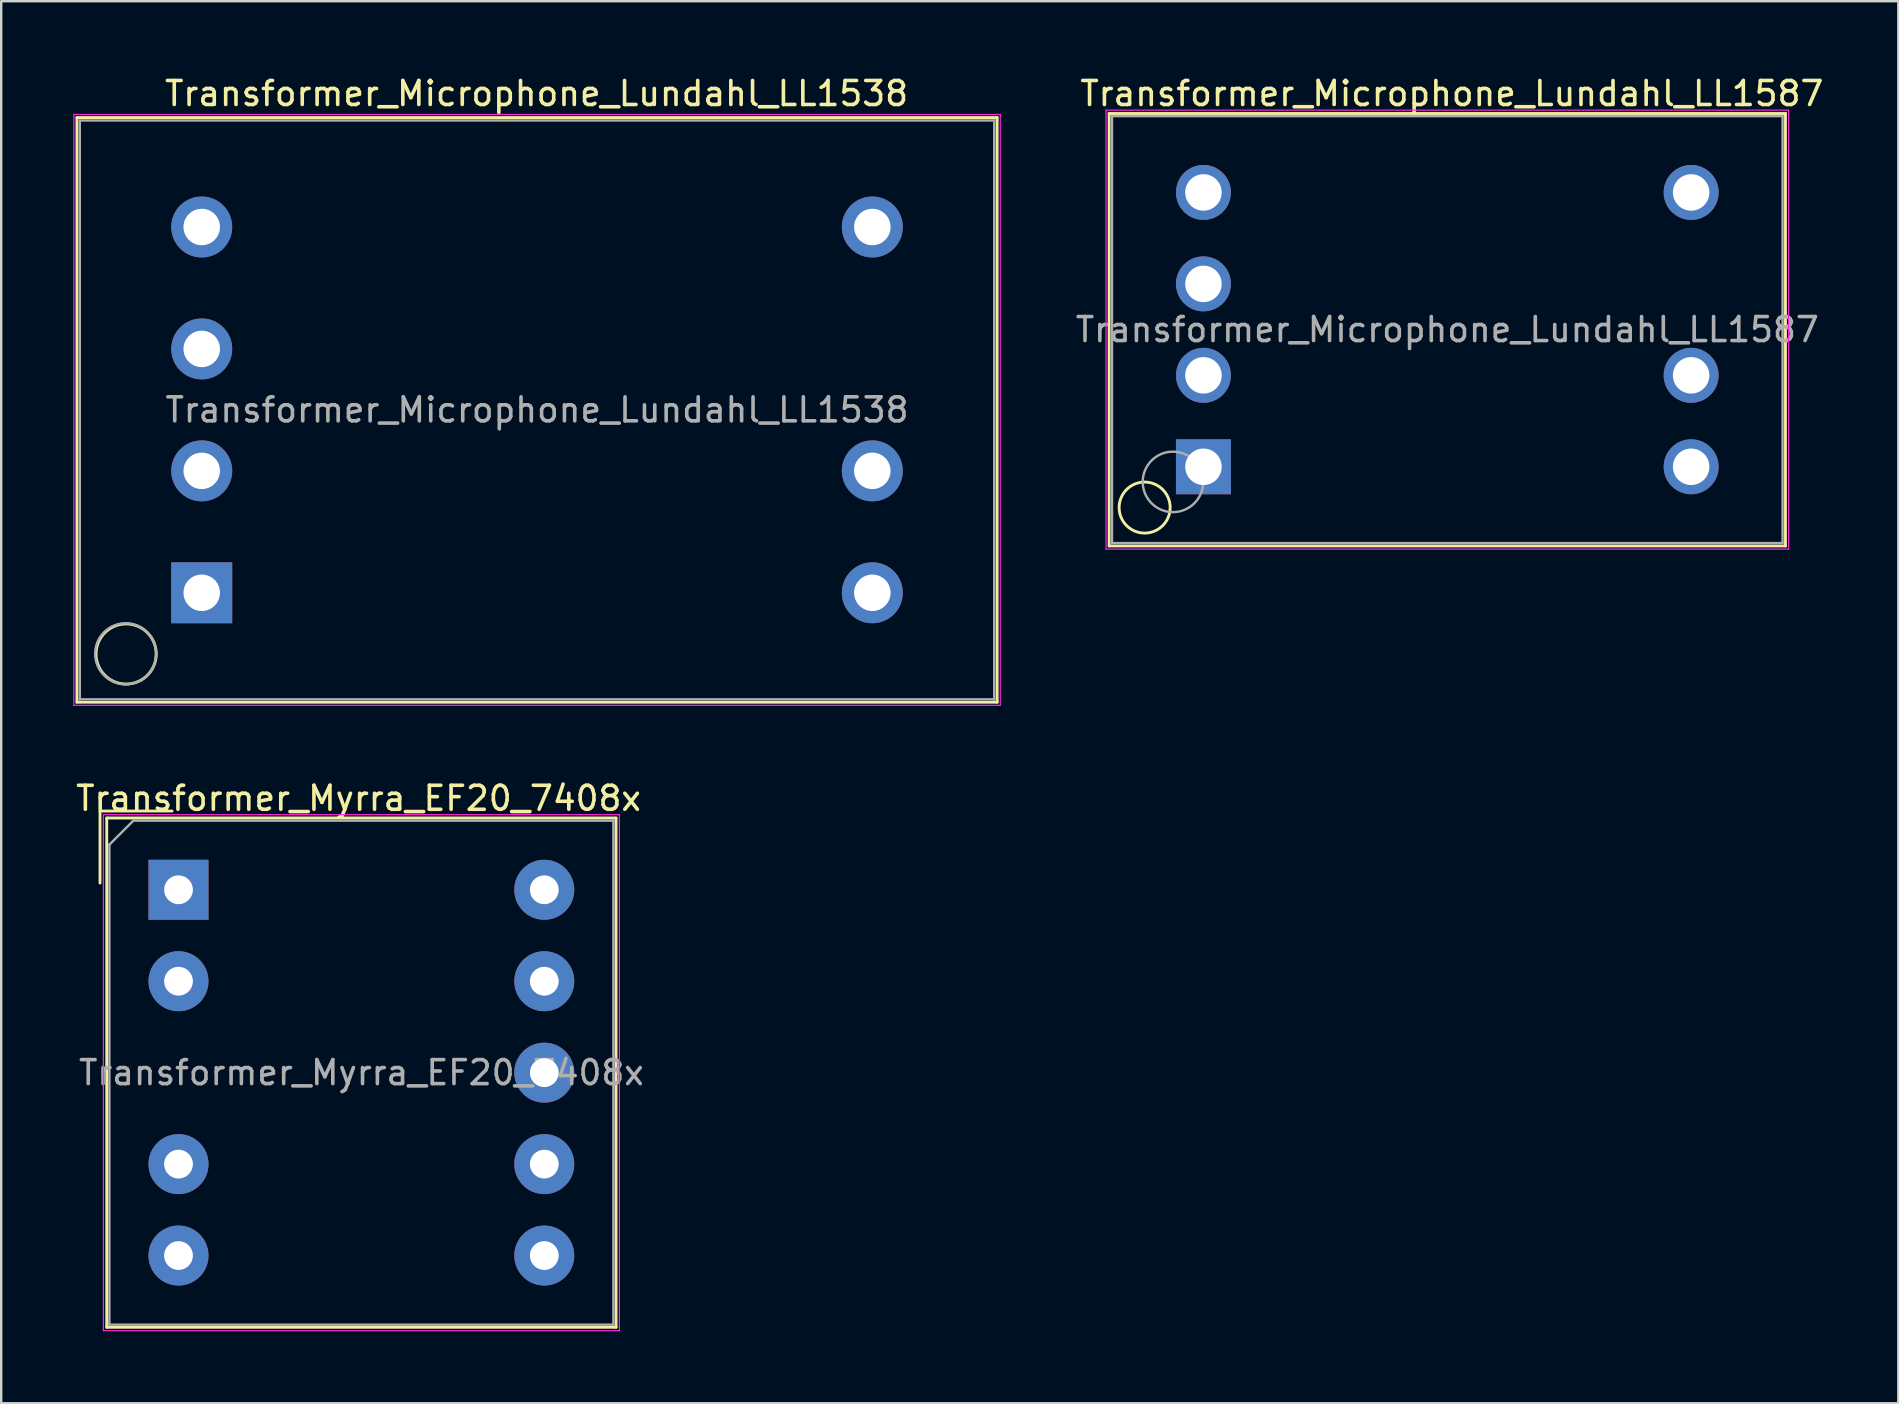
<source format=kicad_pcb>
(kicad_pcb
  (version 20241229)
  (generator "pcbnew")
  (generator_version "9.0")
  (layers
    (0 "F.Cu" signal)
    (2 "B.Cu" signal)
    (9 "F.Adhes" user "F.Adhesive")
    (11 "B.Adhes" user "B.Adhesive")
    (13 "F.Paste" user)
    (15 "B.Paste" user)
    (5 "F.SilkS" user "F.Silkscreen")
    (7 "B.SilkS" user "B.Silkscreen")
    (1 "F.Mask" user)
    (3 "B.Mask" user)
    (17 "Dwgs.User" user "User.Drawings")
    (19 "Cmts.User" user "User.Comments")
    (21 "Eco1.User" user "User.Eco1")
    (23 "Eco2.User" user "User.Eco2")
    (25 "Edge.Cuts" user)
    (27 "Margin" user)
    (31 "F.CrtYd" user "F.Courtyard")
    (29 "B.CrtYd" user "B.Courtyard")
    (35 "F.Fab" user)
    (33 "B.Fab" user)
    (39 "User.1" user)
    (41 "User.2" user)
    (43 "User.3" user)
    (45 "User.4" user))
  (footprint "Transformer_Microphone_Lundahl_LL1587"
    (layer "F.Cu")
    (at 47.091 16.398)
    (property "Reference" "Transformer_Microphone_Lundahl_LL1587" (at 10.35 -15.55 0) (layer "F.SilkS") (effects (font (size 1 1) (thickness 0.15))))
    (attr through_hole)
    (fp_line (start -3.93 -14.72) (end -3.93 3.3) (stroke (width 0.12) (type solid)) (layer "F.SilkS"))
    (fp_line (start -3.93 -14.72) (end 24.25 -14.72) (stroke (width 0.12) (type solid)) (layer "F.SilkS"))
    (fp_line (start 24.25 3.3) (end -3.93 3.3) (stroke (width 0.12) (type solid)) (layer "F.SilkS"))
    (fp_line (start 24.25 3.3) (end 24.25 -14.72) (stroke (width 0.12) (type solid)) (layer "F.SilkS"))
    (fp_circle (center -2.45 1.7) (end -1.75 2.5) (stroke (width 0.12) (type solid)) (fill no) (layer "F.SilkS"))
    (fp_line (start -4.06 -14.86) (end -4.06 3.43) (stroke (width 0.05) (type solid)) (layer "F.CrtYd"))
    (fp_line (start -4.06 -14.86) (end 24.38 -14.86) (stroke (width 0.05) (type solid)) (layer "F.CrtYd"))
    (fp_line (start 24.38 3.43) (end -4.06 3.43) (stroke (width 0.05) (type solid)) (layer "F.CrtYd"))
    (fp_line (start 24.38 3.43) (end 24.38 -14.86) (stroke (width 0.05) (type solid)) (layer "F.CrtYd"))
    (fp_line (start -3.81 -14.61) (end -3.81 3.18) (stroke (width 0.1) (type solid)) (layer "F.Fab"))
    (fp_line (start -3.81 3.18) (end 24.13 3.18) (stroke (width 0.1) (type solid)) (layer "F.Fab"))
    (fp_line (start 24.13 -14.61) (end -3.81 -14.61) (stroke (width 0.1) (type solid)) (layer "F.Fab"))
    (fp_line (start 24.13 -5.71) (end 24.13 -14.61) (stroke (width 0.1) (type solid)) (layer "F.Fab"))
    (fp_line (start 24.13 3.18) (end 24.13 -5.71) (stroke (width 0.1) (type solid)) (layer "F.Fab"))
    (fp_circle (center -1.27 0.63) (end -1.27 -0.63) (stroke (width 0.1) (type solid)) (fill no) (layer "F.Fab"))
    (fp_text user "${REFERENCE}" (at 10.16 -5.715 0) (layer "F.Fab") (effects (font (size 1 1) (thickness 0.15))))
    (pad "1" thru_hole rect (at 0 0) (size 2.29 2.29) (drill 1.52) (layers "*.Cu" "*.Mask"))
    (pad "2" thru_hole circle (at 0 -3.81) (size 2.29 2.29) (drill 1.52) (layers "*.Cu" "*.Mask"))
    (pad "3" thru_hole circle (at 0 -7.62) (size 2.29 2.29) (drill 1.52) (layers "*.Cu" "*.Mask"))
    (pad "4" thru_hole circle (at 0 -11.43) (size 2.29 2.29) (drill 1.52) (layers "*.Cu" "*.Mask"))
    (pad "5" thru_hole circle (at 20.32 0) (size 2.29 2.29) (drill 1.52) (layers "*.Cu" "*.Mask"))
    (pad "6" thru_hole circle (at 20.32 -3.81) (size 2.29 2.29) (drill 1.52) (layers "*.Cu" "*.Mask"))
    (pad "8" thru_hole circle (at 20.32 -11.43) (size 2.29 2.29) (drill 1.52) (layers "*.Cu" "*.Mask")))
  (footprint "Transformer_Myrra_EF20_7408x"
    (layer "F.Cu")
    (at 4.387 34.022)
    (property "Reference" "Transformer_Myrra_EF20_7408x" (at 7.5 -3.81 0) (layer "F.SilkS") (effects (font (size 1 1) (thickness 0.15))))
    (attr through_hole)
    (fp_line (start -3.27 -3.28) (end -3.27 -0.28) (stroke (width 0.12) (type solid)) (layer "F.SilkS"))
    (fp_line (start -2.99 -2.99) (end -2.99 18.23) (stroke (width 0.12) (type solid)) (layer "F.SilkS"))
    (fp_line (start -2.99 18.23) (end 18.23 18.23) (stroke (width 0.12) (type solid)) (layer "F.SilkS"))
    (fp_line (start -0.27 -3.28) (end -3.27 -3.28) (stroke (width 0.12) (type solid)) (layer "F.SilkS"))
    (fp_line (start 18.23 -2.99) (end -2.99 -2.99) (stroke (width 0.12) (type solid)) (layer "F.SilkS"))
    (fp_line (start 18.23 18.23) (end 18.23 -2.99) (stroke (width 0.12) (type solid)) (layer "F.SilkS"))
    (fp_line (start -3.13 -3.13) (end -3.13 18.37) (stroke (width 0.05) (type solid)) (layer "F.CrtYd"))
    (fp_line (start -3.13 18.37) (end 18.37 18.37) (stroke (width 0.05) (type solid)) (layer "F.CrtYd"))
    (fp_line (start 18.37 -3.13) (end -3.13 -3.13) (stroke (width 0.05) (type solid)) (layer "F.CrtYd"))
    (fp_line (start 18.37 18.37) (end 18.37 -3.13) (stroke (width 0.05) (type solid)) (layer "F.CrtYd"))
    (fp_line (start -2.88 18.12) (end -2.88 -1.88) (stroke (width 0.1) (type solid)) (layer "F.Fab"))
    (fp_line (start -1.88 -2.88) (end -2.88 -1.88) (stroke (width 0.1) (type solid)) (layer "F.Fab"))
    (fp_line (start -1.88 -2.88) (end 18.12 -2.88) (stroke (width 0.1) (type solid)) (layer "F.Fab"))
    (fp_line (start 18.12 -2.88) (end 18.12 18.12) (stroke (width 0.1) (type solid)) (layer "F.Fab"))
    (fp_line (start 18.12 18.12) (end -2.88 18.12) (stroke (width 0.1) (type solid)) (layer "F.Fab"))
    (fp_text user "${REFERENCE}" (at 7.62 7.62 0) (layer "F.Fab") (effects (font (size 1 1) (thickness 0.15))))
    (pad "1" thru_hole rect (at 0 0) (size 2.5 2.5) (drill 1.2) (layers "*.Cu" "*.Mask"))
    (pad "2" thru_hole circle (at 0 3.81) (size 2.5 2.5) (drill 1.2) (layers "*.Cu" "*.Mask"))
    (pad "4" thru_hole circle (at 0 11.43) (size 2.5 2.5) (drill 1.2) (layers "*.Cu" "*.Mask"))
    (pad "5" thru_hole circle (at 0 15.24) (size 2.5 2.5) (drill 1.2) (layers "*.Cu" "*.Mask"))
    (pad "6" thru_hole circle (at 15.24 15.24) (size 2.5 2.5) (drill 1.2) (layers "*.Cu" "*.Mask"))
    (pad "7" thru_hole circle (at 15.24 11.43) (size 2.5 2.5) (drill 1.2) (layers "*.Cu" "*.Mask"))
    (pad "8" thru_hole circle (at 15.24 7.62) (size 2.5 2.5) (drill 1.2) (layers "*.Cu" "*.Mask"))
    (pad "9" thru_hole circle (at 15.24 3.81) (size 2.5 2.5) (drill 1.2) (layers "*.Cu" "*.Mask"))
    (pad "10" thru_hole circle (at 15.24 0) (size 2.5 2.5) (drill 1.2) (layers "*.Cu" "*.Mask")))
  (footprint "Transformer_Microphone_Lundahl_LL1538"
    (layer "F.Cu")
    (at 5.355 21.648)
    (property "Reference" "Transformer_Microphone_Lundahl_LL1538" (at 13.95 -20.8 0) (layer "F.SilkS") (effects (font (size 1 1) (thickness 0.15))))
    (attr through_hole)
    (fp_line (start -5.2 -19.8) (end -5.2 4.56) (stroke (width 0.12) (type solid)) (layer "F.SilkS"))
    (fp_line (start -5.2 -19.8) (end 33.14 -19.8) (stroke (width 0.12) (type solid)) (layer "F.SilkS"))
    (fp_line (start 33.14 4.56) (end -5.2 4.56) (stroke (width 0.12) (type solid)) (layer "F.SilkS"))
    (fp_line (start 33.14 4.56) (end 33.14 -19.8) (stroke (width 0.12) (type solid)) (layer "F.SilkS"))
    (fp_circle (center -3.15 2.55) (end -2 3.05) (stroke (width 0.12) (type solid)) (fill no) (layer "F.SilkS"))
    (fp_line (start -5.33 -19.93) (end -5.33 4.69) (stroke (width 0.05) (type solid)) (layer "F.CrtYd"))
    (fp_line (start -5.33 -19.93) (end 33.27 -19.93) (stroke (width 0.05) (type solid)) (layer "F.CrtYd"))
    (fp_line (start 33.27 4.69) (end -5.33 4.69) (stroke (width 0.05) (type solid)) (layer "F.CrtYd"))
    (fp_line (start 33.27 4.69) (end 33.27 -19.93) (stroke (width 0.05) (type solid)) (layer "F.CrtYd"))
    (fp_line (start -5.08 -19.68) (end 33.02 -19.68) (stroke (width 0.1) (type solid)) (layer "F.Fab"))
    (fp_line (start -5.08 4.44) (end -5.08 -19.68) (stroke (width 0.1) (type solid)) (layer "F.Fab"))
    (fp_line (start 33.02 -19.68) (end 33.02 4.44) (stroke (width 0.1) (type solid)) (layer "F.Fab"))
    (fp_line (start 33.02 4.44) (end -5.08 4.44) (stroke (width 0.1) (type solid)) (layer "F.Fab"))
    (fp_circle (center -3.17 2.54) (end -3.17 1.27) (stroke (width 0.1) (type solid)) (fill no) (layer "F.Fab"))
    (fp_text user "${REFERENCE}" (at 13.97 -7.62 0) (layer "F.Fab") (effects (font (size 1 1) (thickness 0.15))))
    (pad "1" thru_hole rect (at 0 0) (size 2.54 2.54) (drill 1.52) (layers "*.Cu" "*.Mask"))
    (pad "2" thru_hole circle (at 0 -5.08) (size 2.54 2.54) (drill 1.52) (layers "*.Cu" "*.Mask"))
    (pad "3" thru_hole circle (at 0 -10.16) (size 2.54 2.54) (drill 1.52) (layers "*.Cu" "*.Mask"))
    (pad "4" thru_hole circle (at 0 -15.24) (size 2.54 2.54) (drill 1.52) (layers "*.Cu" "*.Mask"))
    (pad "5" thru_hole circle (at 27.94 0) (size 2.54 2.54) (drill 1.52) (layers "*.Cu" "*.Mask"))
    (pad "6" thru_hole circle (at 27.94 -5.08) (size 2.54 2.54) (drill 1.52) (layers "*.Cu" "*.Mask"))
    (pad "8" thru_hole circle (at 27.94 -15.24) (size 2.54 2.54) (drill 1.52) (layers "*.Cu" "*.Mask")))
  (gr_rect
    (start -3 -3)
    (end 76.042 55.416)
    (stroke (width 0.1) (type default))
    (fill no)
    (layer "Edge.Cuts")))
</source>
